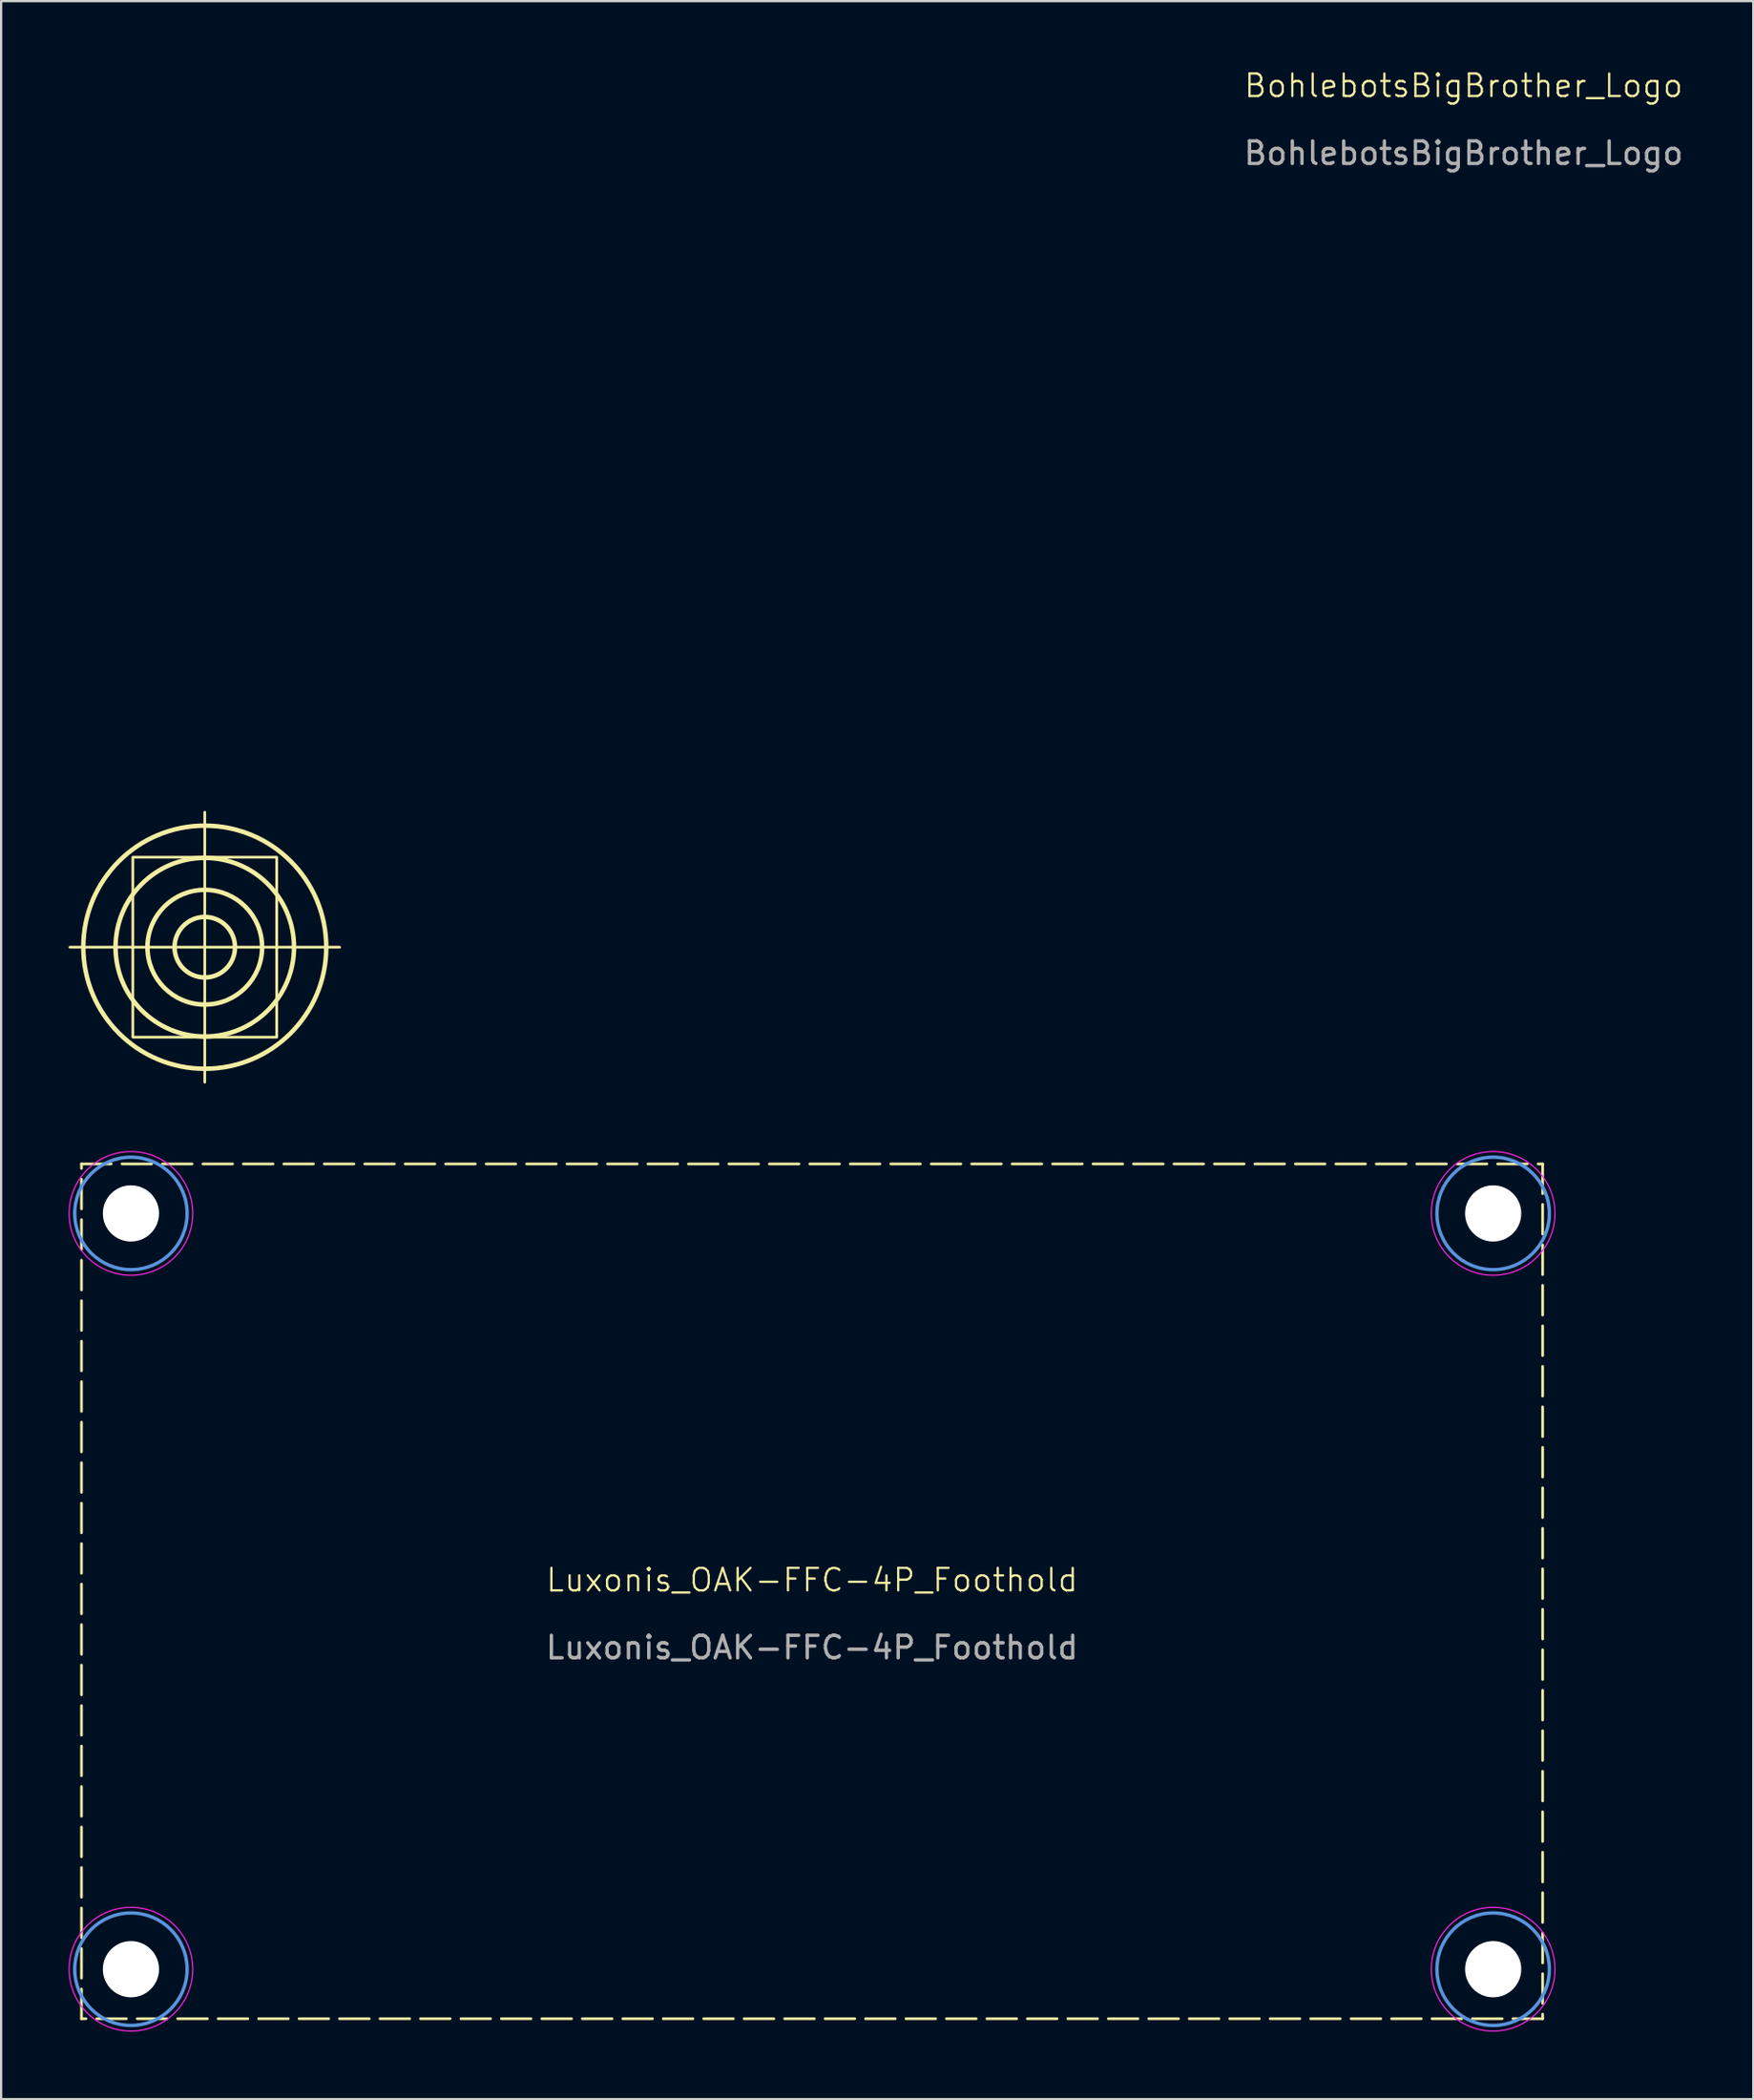
<source format=kicad_pcb>
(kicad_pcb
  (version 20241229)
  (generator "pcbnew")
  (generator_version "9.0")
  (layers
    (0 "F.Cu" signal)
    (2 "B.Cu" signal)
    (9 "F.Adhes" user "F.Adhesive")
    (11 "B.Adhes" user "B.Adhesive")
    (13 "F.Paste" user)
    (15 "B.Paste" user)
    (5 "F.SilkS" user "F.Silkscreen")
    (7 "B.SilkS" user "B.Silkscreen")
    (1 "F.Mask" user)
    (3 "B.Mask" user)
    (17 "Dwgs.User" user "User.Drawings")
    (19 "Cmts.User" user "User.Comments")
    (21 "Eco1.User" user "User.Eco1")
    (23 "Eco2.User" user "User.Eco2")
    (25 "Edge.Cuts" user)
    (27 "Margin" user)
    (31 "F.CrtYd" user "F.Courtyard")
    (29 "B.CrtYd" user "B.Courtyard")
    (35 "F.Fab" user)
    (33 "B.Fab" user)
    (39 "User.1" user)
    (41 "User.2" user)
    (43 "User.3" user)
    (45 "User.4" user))
  (footprint "BohlebotsBigBrother_Logo"
    (layer "F.Cu")
    (at 6.06 39.06)
    (property "Reference" "BohlebotsBigBrother_Logo" (at 56 -38.3 0) (unlocked yes) (layer "F.SilkS") (effects (font (size 1 1) (thickness 0.1))))
    (attr smd)
    (fp_line (start -6 0) (end 6 0) (stroke (width 0.12) (type default)) (layer "F.SilkS"))
    (fp_line (start 0 -6) (end 0 6) (stroke (width 0.12) (type default)) (layer "F.SilkS"))
    (fp_rect (start -3.2 -4) (end 3.2 4) (stroke (width 0.12) (type default)) (fill no) (layer "F.SilkS"))
    (fp_circle (center 0 0) (end 1.345 0) (stroke (width 0.2) (type default)) (fill no) (layer "F.SilkS"))
    (fp_circle (center 0 0) (end 2.55 0) (stroke (width 0.2) (type default)) (fill no) (layer "F.SilkS"))
    (fp_circle (center 0 0) (end 3.97 0) (stroke (width 0.2) (type default)) (fill no) (layer "F.SilkS"))
    (fp_circle (center 0 0) (end 5.404 0) (stroke (width 0.2) (type default)) (fill no) (layer "F.SilkS"))
    (fp_text user "${REFERENCE}" (at 56 -35.3 0) (unlocked yes) (layer "F.Fab") (effects (font (size 1 1) (thickness 0.15)))))
  (footprint "Luxonis_OAK-FFC-4P_Foothold"
    (layer "F.Cu")
    (at 33.075 67.695)
    (property "Reference" "Luxonis_OAK-FFC-4P_Foothold" (at 0 -0.5 0) (unlocked yes) (layer "F.SilkS") (effects (font (size 1 1) (thickness 0.1))))
    (fp_rect (start -32.5 -19) (end 32.5 19) (stroke (width 0.12) (type dash)) (fill no) (layer "F.SilkS"))
    (fp_circle (center -30.3 -16.8) (end -27.8 -16.8) (stroke (width 0.15) (type solid)) (fill no) (layer "Cmts.User"))
    (fp_circle (center -30.3 16.8) (end -27.8 16.8) (stroke (width 0.15) (type solid)) (fill no) (layer "Cmts.User"))
    (fp_circle (center 30.3 -16.8) (end 32.8 -16.8) (stroke (width 0.15) (type solid)) (fill no) (layer "Cmts.User"))
    (fp_circle (center 30.3 16.8) (end 32.8 16.8) (stroke (width 0.15) (type solid)) (fill no) (layer "Cmts.User"))
    (fp_circle (center -30.3 -16.8) (end -27.55 -16.8) (stroke (width 0.05) (type solid)) (fill no) (layer "F.CrtYd"))
    (fp_circle (center -30.3 16.8) (end -27.55 16.8) (stroke (width 0.05) (type solid)) (fill no) (layer "F.CrtYd"))
    (fp_circle (center 30.3 -16.8) (end 33.05 -16.8) (stroke (width 0.05) (type solid)) (fill no) (layer "F.CrtYd"))
    (fp_circle (center 30.3 16.8) (end 33.05 16.8) (stroke (width 0.05) (type solid)) (fill no) (layer "F.CrtYd"))
    (fp_text user "${REFERENCE}" (at 0 2.5 0) (unlocked yes) (layer "F.Fab") (effects (font (size 1 1) (thickness 0.15))))
    (pad "" np_thru_hole circle (at -30.3 -16.8) (size 2.5 2.5) (drill 2.5) (layers "*.Cu" "*.Mask"))
    (pad "" np_thru_hole circle (at -30.3 16.8) (size 2.5 2.5) (drill 2.5) (layers "*.Cu" "*.Mask"))
    (pad "" np_thru_hole circle (at 30.3 -16.8) (size 2.5 2.5) (drill 2.5) (layers "*.Cu" "*.Mask"))
    (pad "" np_thru_hole circle (at 30.3 16.8) (size 2.5 2.5) (drill 2.5) (layers "*.Cu" "*.Mask")))
  (gr_rect
    (start -3 -3)
    (end 74.947 90.27)
    (stroke (width 0.1) (type default))
    (fill no)
    (layer "Edge.Cuts")))
</source>
